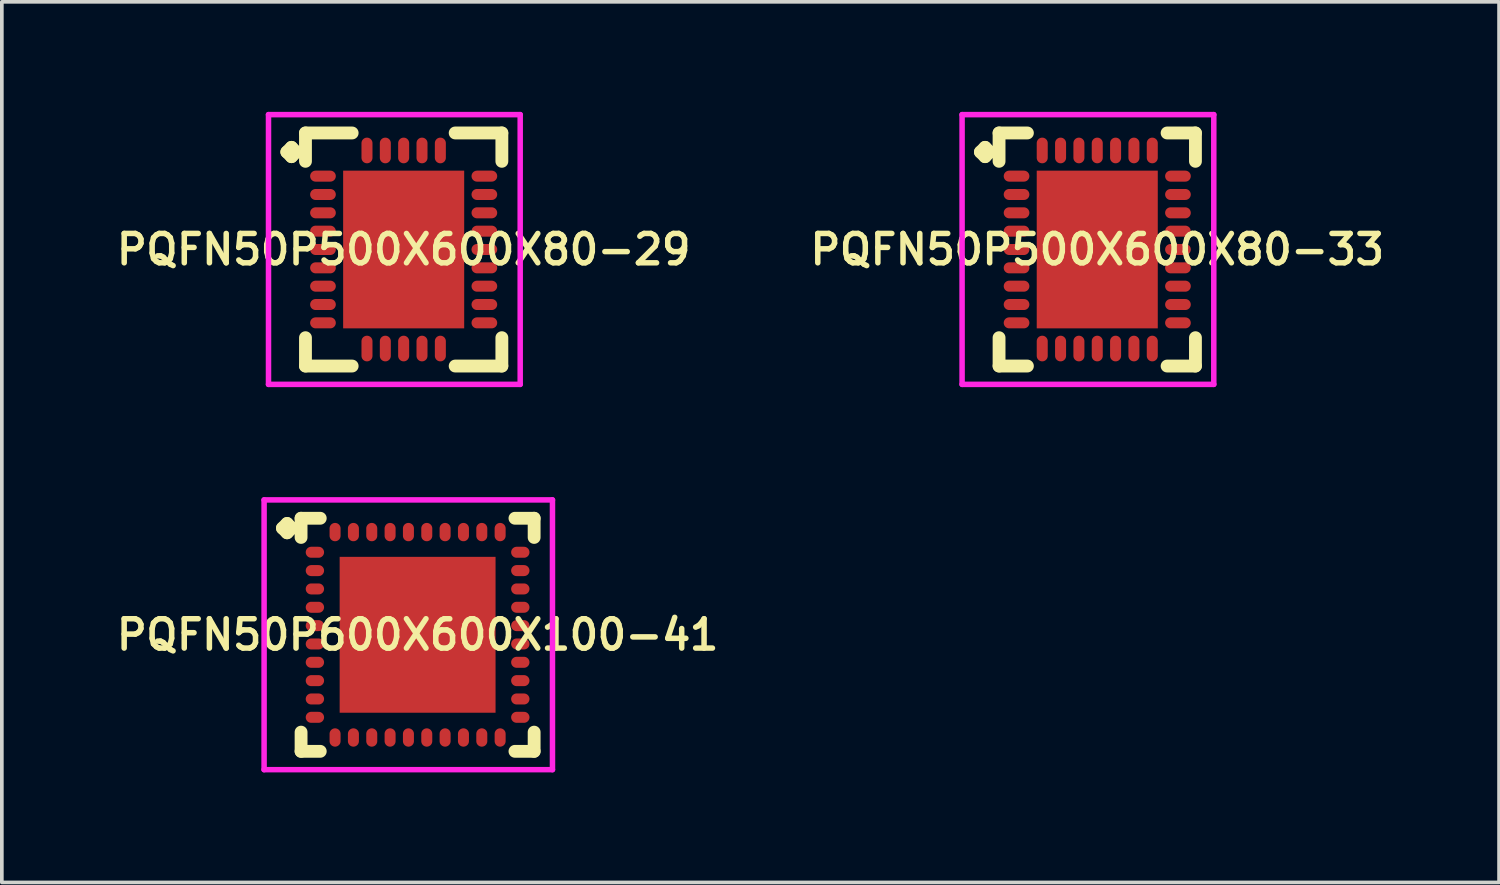
<source format=kicad_pcb>
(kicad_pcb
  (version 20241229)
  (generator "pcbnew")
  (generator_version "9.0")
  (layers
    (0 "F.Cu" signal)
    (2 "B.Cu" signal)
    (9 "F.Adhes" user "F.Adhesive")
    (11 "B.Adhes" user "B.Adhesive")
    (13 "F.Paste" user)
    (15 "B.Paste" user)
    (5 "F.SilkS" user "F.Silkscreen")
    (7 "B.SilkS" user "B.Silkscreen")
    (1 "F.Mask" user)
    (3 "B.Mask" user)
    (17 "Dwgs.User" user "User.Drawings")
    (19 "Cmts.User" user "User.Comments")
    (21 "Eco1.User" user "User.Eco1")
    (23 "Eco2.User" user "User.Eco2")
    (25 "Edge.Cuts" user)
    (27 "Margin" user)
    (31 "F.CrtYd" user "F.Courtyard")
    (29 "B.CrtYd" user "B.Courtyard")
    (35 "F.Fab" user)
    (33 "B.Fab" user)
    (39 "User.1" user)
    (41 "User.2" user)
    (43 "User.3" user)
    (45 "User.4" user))
  (footprint "PQFN50P500X600X80-33"
    (layer "F.Cu")
    (at 26.864 3.752)
    (property "Reference" "PQFN50P500X600X80-33" (at 0 0 0) (layer "F.SilkS") (effects (font (size 0.8 0.8) (thickness 0.15))))
    (attr smd)
    (fp_line (start -3.185 -2.658) (end -3.058 -2.785) (stroke (width 0.35) (type solid)) (layer "F.SilkS"))
    (fp_line (start -3.058 -2.785) (end -2.931 -2.658) (stroke (width 0.35) (type solid)) (layer "F.SilkS"))
    (fp_line (start -3.058 -2.531) (end -3.185 -2.658) (stroke (width 0.35) (type solid)) (layer "F.SilkS"))
    (fp_line (start -2.931 -2.658) (end -3.058 -2.531) (stroke (width 0.35) (type solid)) (layer "F.SilkS"))
    (fp_line (start -2.677 -3.177) (end -1.904 -3.177) (stroke (width 0.35) (type solid)) (layer "F.SilkS"))
    (fp_line (start -2.677 -2.404) (end -2.677 -3.177) (stroke (width 0.35) (type solid)) (layer "F.SilkS"))
    (fp_line (start -2.677 2.404) (end -2.677 3.177) (stroke (width 0.35) (type solid)) (layer "F.SilkS"))
    (fp_line (start -2.677 3.177) (end -1.904 3.177) (stroke (width 0.35) (type solid)) (layer "F.SilkS"))
    (fp_line (start 1.904 -3.177) (end 2.677 -3.177) (stroke (width 0.35) (type solid)) (layer "F.SilkS"))
    (fp_line (start 1.904 3.177) (end 2.677 3.177) (stroke (width 0.35) (type solid)) (layer "F.SilkS"))
    (fp_line (start 2.677 -3.177) (end 2.677 -2.404) (stroke (width 0.35) (type solid)) (layer "F.SilkS"))
    (fp_line (start 2.677 3.177) (end 2.677 2.404) (stroke (width 0.35) (type solid)) (layer "F.SilkS"))
    (fp_line (start -3.685 -3.677) (end 3.177 -3.677) (stroke (width 0.15) (type solid)) (layer "F.CrtYd"))
    (fp_line (start -3.685 3.677) (end -3.685 -3.677) (stroke (width 0.15) (type solid)) (layer "F.CrtYd"))
    (fp_line (start 3.177 -3.677) (end 3.177 3.677) (stroke (width 0.15) (type solid)) (layer "F.CrtYd"))
    (fp_line (start 3.177 3.677) (end -3.685 3.677) (stroke (width 0.15) (type solid)) (layer "F.CrtYd"))
    (pad "1" smd oval (at -2.2 -2) (size 0.7 0.3) (layers "F.Cu" "F.Mask" "F.Paste"))
    (pad "2" smd oval (at -2.2 -1.5) (size 0.7 0.3) (layers "F.Cu" "F.Mask" "F.Paste"))
    (pad "3" smd oval (at -2.2 -1) (size 0.7 0.3) (layers "F.Cu" "F.Mask" "F.Paste"))
    (pad "4" smd oval (at -2.2 -0.5) (size 0.7 0.3) (layers "F.Cu" "F.Mask" "F.Paste"))
    (pad "5" smd oval (at -2.2 0) (size 0.7 0.3) (layers "F.Cu" "F.Mask" "F.Paste"))
    (pad "6" smd oval (at -2.2 0.5) (size 0.7 0.3) (layers "F.Cu" "F.Mask" "F.Paste"))
    (pad "7" smd oval (at -2.2 1) (size 0.7 0.3) (layers "F.Cu" "F.Mask" "F.Paste"))
    (pad "8" smd oval (at -2.2 1.5) (size 0.7 0.3) (layers "F.Cu" "F.Mask" "F.Paste"))
    (pad "9" smd oval (at -2.2 2) (size 0.7 0.3) (layers "F.Cu" "F.Mask" "F.Paste"))
    (pad "10" smd oval (at -1.5 2.7) (size 0.3 0.7) (layers "F.Cu" "F.Mask" "F.Paste"))
    (pad "11" smd oval (at -1 2.7) (size 0.3 0.7) (layers "F.Cu" "F.Mask" "F.Paste"))
    (pad "12" smd oval (at -0.5 2.7) (size 0.3 0.7) (layers "F.Cu" "F.Mask" "F.Paste"))
    (pad "13" smd oval (at 0 2.7) (size 0.3 0.7) (layers "F.Cu" "F.Mask" "F.Paste"))
    (pad "14" smd oval (at 0.5 2.7) (size 0.3 0.7) (layers "F.Cu" "F.Mask" "F.Paste"))
    (pad "15" smd oval (at 1 2.7) (size 0.3 0.7) (layers "F.Cu" "F.Mask" "F.Paste"))
    (pad "16" smd oval (at 1.5 2.7) (size 0.3 0.7) (layers "F.Cu" "F.Mask" "F.Paste"))
    (pad "17" smd oval (at 2.2 2) (size 0.7 0.3) (layers "F.Cu" "F.Mask" "F.Paste"))
    (pad "18" smd oval (at 2.2 1.5) (size 0.7 0.3) (layers "F.Cu" "F.Mask" "F.Paste"))
    (pad "19" smd oval (at 2.2 1) (size 0.7 0.3) (layers "F.Cu" "F.Mask" "F.Paste"))
    (pad "20" smd oval (at 2.2 0.5) (size 0.7 0.3) (layers "F.Cu" "F.Mask" "F.Paste"))
    (pad "21" smd oval (at 2.2 0) (size 0.7 0.3) (layers "F.Cu" "F.Mask" "F.Paste"))
    (pad "22" smd oval (at 2.2 -0.5) (size 0.7 0.3) (layers "F.Cu" "F.Mask" "F.Paste"))
    (pad "23" smd oval (at 2.2 -1) (size 0.7 0.3) (layers "F.Cu" "F.Mask" "F.Paste"))
    (pad "24" smd oval (at 2.2 -1.5) (size 0.7 0.3) (layers "F.Cu" "F.Mask" "F.Paste"))
    (pad "25" smd oval (at 2.2 -2) (size 0.7 0.3) (layers "F.Cu" "F.Mask" "F.Paste"))
    (pad "26" smd oval (at 1.5 -2.7) (size 0.3 0.7) (layers "F.Cu" "F.Mask" "F.Paste"))
    (pad "27" smd oval (at 1 -2.7) (size 0.3 0.7) (layers "F.Cu" "F.Mask" "F.Paste"))
    (pad "28" smd oval (at 0.5 -2.7) (size 0.3 0.7) (layers "F.Cu" "F.Mask" "F.Paste"))
    (pad "29" smd oval (at 0 -2.7) (size 0.3 0.7) (layers "F.Cu" "F.Mask" "F.Paste"))
    (pad "30" smd oval (at -0.5 -2.7) (size 0.3 0.7) (layers "F.Cu" "F.Mask" "F.Paste"))
    (pad "31" smd oval (at -1 -2.7) (size 0.3 0.7) (layers "F.Cu" "F.Mask" "F.Paste"))
    (pad "32" smd oval (at -1.5 -2.7) (size 0.3 0.7) (layers "F.Cu" "F.Mask" "F.Paste"))
    (pad "33" smd rect (at 0 0) (size 3.3 4.3) (layers "F.Cu" "F.Mask" "F.Paste")))
  (footprint "PQFN50P600X600X100-41"
    (layer "F.Cu")
    (at 8.335 14.256)
    (property "Reference" "PQFN50P600X600X100-41" (at 0 0 0) (layer "F.SilkS") (effects (font (size 0.8 0.8) (thickness 0.15))))
    (attr smd)
    (fp_line (start -3.685 -2.908) (end -3.558 -3.035) (stroke (width 0.35) (type solid)) (layer "F.SilkS"))
    (fp_line (start -3.558 -3.035) (end -3.431 -2.908) (stroke (width 0.35) (type solid)) (layer "F.SilkS"))
    (fp_line (start -3.558 -2.781) (end -3.685 -2.908) (stroke (width 0.35) (type solid)) (layer "F.SilkS"))
    (fp_line (start -3.431 -2.908) (end -3.558 -2.781) (stroke (width 0.35) (type solid)) (layer "F.SilkS"))
    (fp_line (start -3.177 -3.177) (end -2.654 -3.177) (stroke (width 0.35) (type solid)) (layer "F.SilkS"))
    (fp_line (start -3.177 -2.654) (end -3.177 -3.177) (stroke (width 0.35) (type solid)) (layer "F.SilkS"))
    (fp_line (start -3.177 2.654) (end -3.177 3.177) (stroke (width 0.35) (type solid)) (layer "F.SilkS"))
    (fp_line (start -3.177 3.177) (end -2.654 3.177) (stroke (width 0.35) (type solid)) (layer "F.SilkS"))
    (fp_line (start 2.654 -3.177) (end 3.177 -3.177) (stroke (width 0.35) (type solid)) (layer "F.SilkS"))
    (fp_line (start 2.654 3.177) (end 3.177 3.177) (stroke (width 0.35) (type solid)) (layer "F.SilkS"))
    (fp_line (start 3.177 -3.177) (end 3.177 -2.654) (stroke (width 0.35) (type solid)) (layer "F.SilkS"))
    (fp_line (start 3.177 3.177) (end 3.177 2.654) (stroke (width 0.35) (type solid)) (layer "F.SilkS"))
    (fp_line (start -4.185 -3.677) (end 3.677 -3.677) (stroke (width 0.15) (type solid)) (layer "F.CrtYd"))
    (fp_line (start -4.185 3.677) (end -4.185 -3.677) (stroke (width 0.15) (type solid)) (layer "F.CrtYd"))
    (fp_line (start 3.677 -3.677) (end 3.677 3.677) (stroke (width 0.15) (type solid)) (layer "F.CrtYd"))
    (fp_line (start 3.677 3.677) (end -4.185 3.677) (stroke (width 0.15) (type solid)) (layer "F.CrtYd"))
    (pad "1" smd oval (at -2.8 -2.25) (size 0.5 0.3) (layers "F.Cu" "F.Mask" "F.Paste"))
    (pad "2" smd oval (at -2.8 -1.75) (size 0.5 0.3) (layers "F.Cu" "F.Mask" "F.Paste"))
    (pad "3" smd oval (at -2.8 -1.25) (size 0.5 0.3) (layers "F.Cu" "F.Mask" "F.Paste"))
    (pad "4" smd oval (at -2.8 -0.75) (size 0.5 0.3) (layers "F.Cu" "F.Mask" "F.Paste"))
    (pad "5" smd oval (at -2.8 -0.25) (size 0.5 0.3) (layers "F.Cu" "F.Mask" "F.Paste"))
    (pad "6" smd oval (at -2.8 0.25) (size 0.5 0.3) (layers "F.Cu" "F.Mask" "F.Paste"))
    (pad "7" smd oval (at -2.8 0.75) (size 0.5 0.3) (layers "F.Cu" "F.Mask" "F.Paste"))
    (pad "8" smd oval (at -2.8 1.25) (size 0.5 0.3) (layers "F.Cu" "F.Mask" "F.Paste"))
    (pad "9" smd oval (at -2.8 1.75) (size 0.5 0.3) (layers "F.Cu" "F.Mask" "F.Paste"))
    (pad "10" smd oval (at -2.8 2.25) (size 0.5 0.3) (layers "F.Cu" "F.Mask" "F.Paste"))
    (pad "11" smd oval (at -2.25 2.8) (size 0.3 0.5) (layers "F.Cu" "F.Mask" "F.Paste"))
    (pad "12" smd oval (at -1.75 2.8) (size 0.3 0.5) (layers "F.Cu" "F.Mask" "F.Paste"))
    (pad "13" smd oval (at -1.25 2.8) (size 0.3 0.5) (layers "F.Cu" "F.Mask" "F.Paste"))
    (pad "14" smd oval (at -0.75 2.8) (size 0.3 0.5) (layers "F.Cu" "F.Mask" "F.Paste"))
    (pad "15" smd oval (at -0.25 2.8) (size 0.3 0.5) (layers "F.Cu" "F.Mask" "F.Paste"))
    (pad "16" smd oval (at 0.25 2.8) (size 0.3 0.5) (layers "F.Cu" "F.Mask" "F.Paste"))
    (pad "17" smd oval (at 0.75 2.8) (size 0.3 0.5) (layers "F.Cu" "F.Mask" "F.Paste"))
    (pad "18" smd oval (at 1.25 2.8) (size 0.3 0.5) (layers "F.Cu" "F.Mask" "F.Paste"))
    (pad "19" smd oval (at 1.75 2.8) (size 0.3 0.5) (layers "F.Cu" "F.Mask" "F.Paste"))
    (pad "20" smd oval (at 2.25 2.8) (size 0.3 0.5) (layers "F.Cu" "F.Mask" "F.Paste"))
    (pad "21" smd oval (at 2.8 2.25) (size 0.5 0.3) (layers "F.Cu" "F.Mask" "F.Paste"))
    (pad "22" smd oval (at 2.8 1.75) (size 0.5 0.3) (layers "F.Cu" "F.Mask" "F.Paste"))
    (pad "23" smd oval (at 2.8 1.25) (size 0.5 0.3) (layers "F.Cu" "F.Mask" "F.Paste"))
    (pad "24" smd oval (at 2.8 0.75) (size 0.5 0.3) (layers "F.Cu" "F.Mask" "F.Paste"))
    (pad "25" smd oval (at 2.8 0.25) (size 0.5 0.3) (layers "F.Cu" "F.Mask" "F.Paste"))
    (pad "26" smd oval (at 2.8 -0.25) (size 0.5 0.3) (layers "F.Cu" "F.Mask" "F.Paste"))
    (pad "27" smd oval (at 2.8 -0.75) (size 0.5 0.3) (layers "F.Cu" "F.Mask" "F.Paste"))
    (pad "28" smd oval (at 2.8 -1.25) (size 0.5 0.3) (layers "F.Cu" "F.Mask" "F.Paste"))
    (pad "29" smd oval (at 2.8 -1.75) (size 0.5 0.3) (layers "F.Cu" "F.Mask" "F.Paste"))
    (pad "30" smd oval (at 2.8 -2.25) (size 0.5 0.3) (layers "F.Cu" "F.Mask" "F.Paste"))
    (pad "31" smd oval (at 2.25 -2.8) (size 0.3 0.5) (layers "F.Cu" "F.Mask" "F.Paste"))
    (pad "32" smd oval (at 1.75 -2.8) (size 0.3 0.5) (layers "F.Cu" "F.Mask" "F.Paste"))
    (pad "33" smd oval (at 1.25 -2.8) (size 0.3 0.5) (layers "F.Cu" "F.Mask" "F.Paste"))
    (pad "34" smd oval (at 0.75 -2.8) (size 0.3 0.5) (layers "F.Cu" "F.Mask" "F.Paste"))
    (pad "35" smd oval (at 0.25 -2.8) (size 0.3 0.5) (layers "F.Cu" "F.Mask" "F.Paste"))
    (pad "36" smd oval (at -0.25 -2.8) (size 0.3 0.5) (layers "F.Cu" "F.Mask" "F.Paste"))
    (pad "37" smd oval (at -0.75 -2.8) (size 0.3 0.5) (layers "F.Cu" "F.Mask" "F.Paste"))
    (pad "38" smd oval (at -1.25 -2.8) (size 0.3 0.5) (layers "F.Cu" "F.Mask" "F.Paste"))
    (pad "39" smd oval (at -1.75 -2.8) (size 0.3 0.5) (layers "F.Cu" "F.Mask" "F.Paste"))
    (pad "40" smd oval (at -2.25 -2.8) (size 0.3 0.5) (layers "F.Cu" "F.Mask" "F.Paste"))
    (pad "41" smd rect (at 0 0) (size 4.25 4.25) (layers "F.Cu" "F.Mask" "F.Paste")))
  (footprint "PQFN50P500X600X80-29"
    (layer "F.Cu")
    (at 7.955 3.752)
    (property "Reference" "PQFN50P500X600X80-29" (at 0 0 0) (layer "F.SilkS") (effects (font (size 0.8 0.8) (thickness 0.15))))
    (attr smd)
    (fp_line (start -3.185 -2.658) (end -3.058 -2.785) (stroke (width 0.35) (type solid)) (layer "F.SilkS"))
    (fp_line (start -3.058 -2.785) (end -2.931 -2.658) (stroke (width 0.35) (type solid)) (layer "F.SilkS"))
    (fp_line (start -3.058 -2.531) (end -3.185 -2.658) (stroke (width 0.35) (type solid)) (layer "F.SilkS"))
    (fp_line (start -2.931 -2.658) (end -3.058 -2.531) (stroke (width 0.35) (type solid)) (layer "F.SilkS"))
    (fp_line (start -2.677 -3.177) (end -1.404 -3.177) (stroke (width 0.35) (type solid)) (layer "F.SilkS"))
    (fp_line (start -2.677 -2.404) (end -2.677 -3.177) (stroke (width 0.35) (type solid)) (layer "F.SilkS"))
    (fp_line (start -2.677 2.404) (end -2.677 3.177) (stroke (width 0.35) (type solid)) (layer "F.SilkS"))
    (fp_line (start -2.677 3.177) (end -1.404 3.177) (stroke (width 0.35) (type solid)) (layer "F.SilkS"))
    (fp_line (start 1.404 -3.177) (end 2.677 -3.177) (stroke (width 0.35) (type solid)) (layer "F.SilkS"))
    (fp_line (start 1.404 3.177) (end 2.677 3.177) (stroke (width 0.35) (type solid)) (layer "F.SilkS"))
    (fp_line (start 2.677 -3.177) (end 2.677 -2.404) (stroke (width 0.35) (type solid)) (layer "F.SilkS"))
    (fp_line (start 2.677 3.177) (end 2.677 2.404) (stroke (width 0.35) (type solid)) (layer "F.SilkS"))
    (fp_line (start -3.685 -3.677) (end 3.177 -3.677) (stroke (width 0.15) (type solid)) (layer "F.CrtYd"))
    (fp_line (start -3.685 3.677) (end -3.685 -3.677) (stroke (width 0.15) (type solid)) (layer "F.CrtYd"))
    (fp_line (start 3.177 -3.677) (end 3.177 3.677) (stroke (width 0.15) (type solid)) (layer "F.CrtYd"))
    (fp_line (start 3.177 3.677) (end -3.685 3.677) (stroke (width 0.15) (type solid)) (layer "F.CrtYd"))
    (pad "1" smd oval (at -2.2 -2) (size 0.7 0.3) (layers "F.Cu" "F.Mask" "F.Paste"))
    (pad "2" smd oval (at -2.2 -1.5) (size 0.7 0.3) (layers "F.Cu" "F.Mask" "F.Paste"))
    (pad "3" smd oval (at -2.2 -1) (size 0.7 0.3) (layers "F.Cu" "F.Mask" "F.Paste"))
    (pad "4" smd oval (at -2.2 -0.5) (size 0.7 0.3) (layers "F.Cu" "F.Mask" "F.Paste"))
    (pad "5" smd oval (at -2.2 0) (size 0.7 0.3) (layers "F.Cu" "F.Mask" "F.Paste"))
    (pad "6" smd oval (at -2.2 0.5) (size 0.7 0.3) (layers "F.Cu" "F.Mask" "F.Paste"))
    (pad "7" smd oval (at -2.2 1) (size 0.7 0.3) (layers "F.Cu" "F.Mask" "F.Paste"))
    (pad "8" smd oval (at -2.2 1.5) (size 0.7 0.3) (layers "F.Cu" "F.Mask" "F.Paste"))
    (pad "9" smd oval (at -2.2 2) (size 0.7 0.3) (layers "F.Cu" "F.Mask" "F.Paste"))
    (pad "10" smd oval (at -1 2.7) (size 0.3 0.7) (layers "F.Cu" "F.Mask" "F.Paste"))
    (pad "11" smd oval (at -0.5 2.7) (size 0.3 0.7) (layers "F.Cu" "F.Mask" "F.Paste"))
    (pad "12" smd oval (at 0 2.7) (size 0.3 0.7) (layers "F.Cu" "F.Mask" "F.Paste"))
    (pad "13" smd oval (at 0.5 2.7) (size 0.3 0.7) (layers "F.Cu" "F.Mask" "F.Paste"))
    (pad "14" smd oval (at 1 2.7) (size 0.3 0.7) (layers "F.Cu" "F.Mask" "F.Paste"))
    (pad "15" smd oval (at 2.2 2) (size 0.7 0.3) (layers "F.Cu" "F.Mask" "F.Paste"))
    (pad "16" smd oval (at 2.2 1.5) (size 0.7 0.3) (layers "F.Cu" "F.Mask" "F.Paste"))
    (pad "17" smd oval (at 2.2 1) (size 0.7 0.3) (layers "F.Cu" "F.Mask" "F.Paste"))
    (pad "18" smd oval (at 2.2 0.5) (size 0.7 0.3) (layers "F.Cu" "F.Mask" "F.Paste"))
    (pad "19" smd oval (at 2.2 0) (size 0.7 0.3) (layers "F.Cu" "F.Mask" "F.Paste"))
    (pad "20" smd oval (at 2.2 -0.5) (size 0.7 0.3) (layers "F.Cu" "F.Mask" "F.Paste"))
    (pad "21" smd oval (at 2.2 -1) (size 0.7 0.3) (layers "F.Cu" "F.Mask" "F.Paste"))
    (pad "22" smd oval (at 2.2 -1.5) (size 0.7 0.3) (layers "F.Cu" "F.Mask" "F.Paste"))
    (pad "23" smd oval (at 2.2 -2) (size 0.7 0.3) (layers "F.Cu" "F.Mask" "F.Paste"))
    (pad "24" smd oval (at 1 -2.7) (size 0.3 0.7) (layers "F.Cu" "F.Mask" "F.Paste"))
    (pad "25" smd oval (at 0.5 -2.7) (size 0.3 0.7) (layers "F.Cu" "F.Mask" "F.Paste"))
    (pad "26" smd oval (at 0 -2.7) (size 0.3 0.7) (layers "F.Cu" "F.Mask" "F.Paste"))
    (pad "27" smd oval (at -0.5 -2.7) (size 0.3 0.7) (layers "F.Cu" "F.Mask" "F.Paste"))
    (pad "28" smd oval (at -1 -2.7) (size 0.3 0.7) (layers "F.Cu" "F.Mask" "F.Paste"))
    (pad "29" smd rect (at 0 0) (size 3.3 4.3) (layers "F.Cu" "F.Mask" "F.Paste")))
  (gr_rect
    (start -3 -3)
    (end 37.818 21.008)
    (stroke (width 0.1) (type default))
    (fill no)
    (layer "Edge.Cuts")))
</source>
